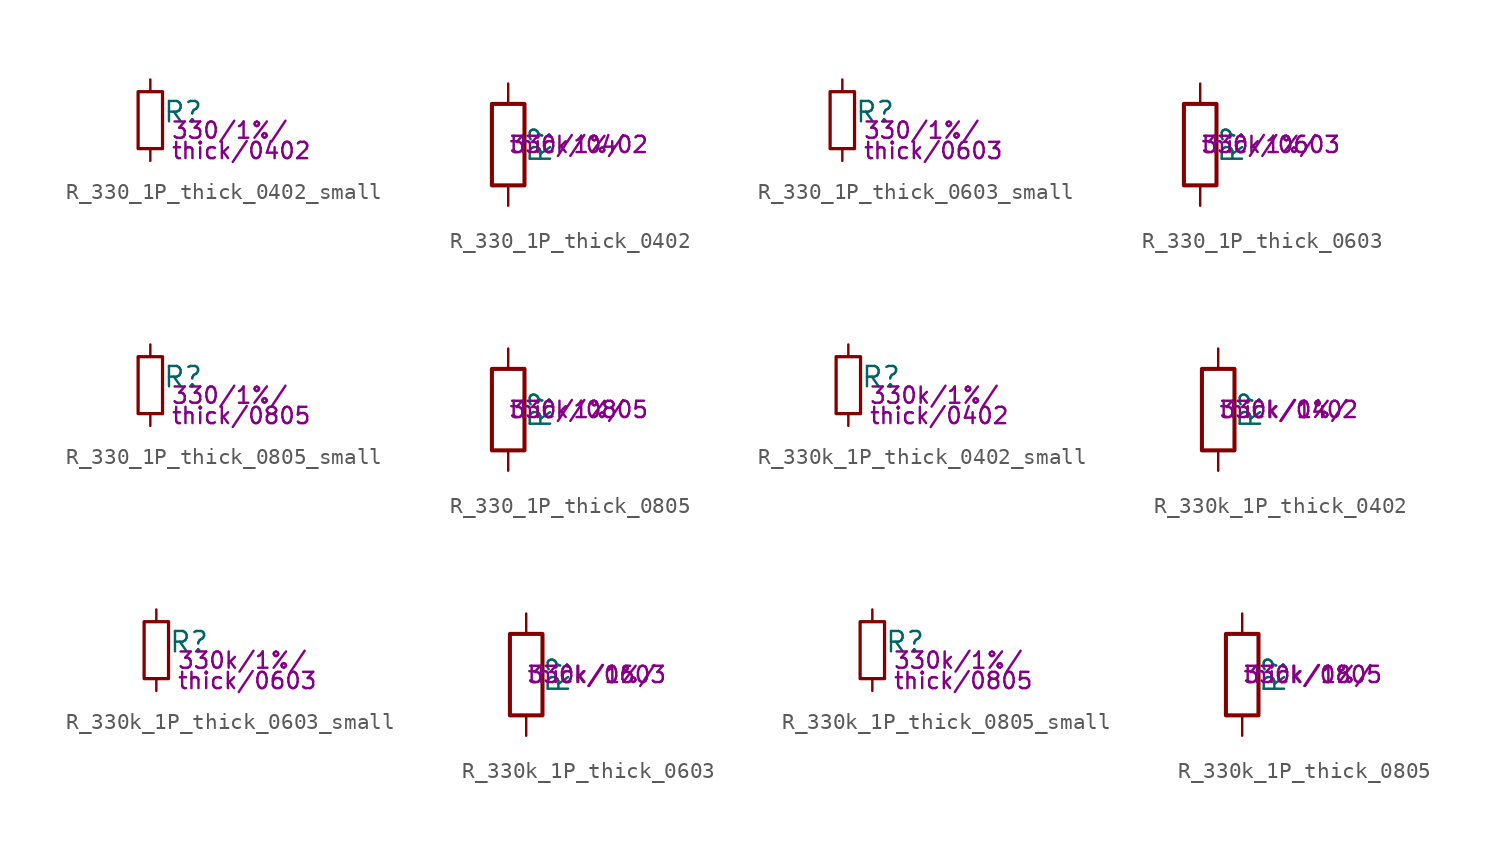
<source format=kicad_sym>
(kicad_symbol_lib
  (version 20211014)
  (generator kicad_symbol_editor)
  (symbol "R_330_1P_thick_0402_small"
    (pin_numbers hide)
    (pin_names
      (offset 0.254) hide)
    (property "Reference" "R"
      (at 0.762 0.508 0)
      (effects (font (size 1.27 1.27)) (justify left)))
    (property "Params" "330/1%/"
      (at 1.27 -0.635 0)
      (effects (font (size 1.016 1.016)) (justify left)))
    (property "Params2" "thick/0402"
      (at 1.27 -1.905 0)
      (effects (font (size 1.016 1.016)) (justify left)))
    (symbol "R_330_1P_thick_0402_small_0_1"
      (rectangle (start -0.762 1.778) (end 0.762 -1.778) (stroke (width 0.203) (type default) (color 0 0 0 0)) (fill (type none))))
    (symbol "R_330_1P_thick_0402_small_1_1"
      (pin passive line (at 0 2.54 270) (length 0.762) (name "~" (effects (font (size 1.27 1.27)))) (number "1" (effects (font (size 1.27 1.27)))))
      (pin passive line (at 0 -2.54 90) (length 0.762) (name "~" (effects (font (size 1.27 1.27)))) (number "2" (effects (font (size 1.27 1.27)))))))
  (symbol "R_330_1P_thick_0402"
    (pin_numbers hide)
    (pin_names
      (offset 0))
    (property "Reference" "R"
      (at 2.032 0 90)
      (effects (font (size 1.27 1.27))))
    (property "Params" "330/1%/"
      (at 0 0 0)
      (effects (font (size 1.016 1.016)) (justify left)))
    (property "Params2" "thick/0402"
      (at 0 0 0)
      (effects (font (size 1.016 1.016)) (justify left)))
    (symbol "R_330_1P_thick_0402_0_1"
      (rectangle (start -1.016 -2.54) (end 1.016 2.54) (stroke (width 0.254) (type default) (color 0 0 0 0)) (fill (type none))))
    (symbol "R_330_1P_thick_0402_1_1"
      (pin passive line (at 0 3.81 270) (length 1.27) (name "~" (effects (font (size 1.27 1.27)))) (number "1" (effects (font (size 1.27 1.27)))))
      (pin passive line (at 0 -3.81 90) (length 1.27) (name "~" (effects (font (size 1.27 1.27)))) (number "2" (effects (font (size 1.27 1.27)))))))
  (symbol "R_330_1P_thick_0603_small"
    (pin_numbers hide)
    (pin_names
      (offset 0.254) hide)
    (property "Reference" "R"
      (at 0.762 0.508 0)
      (effects (font (size 1.27 1.27)) (justify left)))
    (property "Params" "330/1%/"
      (at 1.27 -0.635 0)
      (effects (font (size 1.016 1.016)) (justify left)))
    (property "Params2" "thick/0603"
      (at 1.27 -1.905 0)
      (effects (font (size 1.016 1.016)) (justify left)))
    (symbol "R_330_1P_thick_0603_small_0_1"
      (rectangle (start -0.762 1.778) (end 0.762 -1.778) (stroke (width 0.203) (type default) (color 0 0 0 0)) (fill (type none))))
    (symbol "R_330_1P_thick_0603_small_1_1"
      (pin passive line (at 0 2.54 270) (length 0.762) (name "~" (effects (font (size 1.27 1.27)))) (number "1" (effects (font (size 1.27 1.27)))))
      (pin passive line (at 0 -2.54 90) (length 0.762) (name "~" (effects (font (size 1.27 1.27)))) (number "2" (effects (font (size 1.27 1.27)))))))
  (symbol "R_330_1P_thick_0603"
    (pin_numbers hide)
    (pin_names
      (offset 0))
    (property "Reference" "R"
      (at 2.032 0 90)
      (effects (font (size 1.27 1.27))))
    (property "Params" "330/1%/"
      (at 0 0 0)
      (effects (font (size 1.016 1.016)) (justify left)))
    (property "Params2" "thick/0603"
      (at 0 0 0)
      (effects (font (size 1.016 1.016)) (justify left)))
    (symbol "R_330_1P_thick_0603_0_1"
      (rectangle (start -1.016 -2.54) (end 1.016 2.54) (stroke (width 0.254) (type default) (color 0 0 0 0)) (fill (type none))))
    (symbol "R_330_1P_thick_0603_1_1"
      (pin passive line (at 0 3.81 270) (length 1.27) (name "~" (effects (font (size 1.27 1.27)))) (number "1" (effects (font (size 1.27 1.27)))))
      (pin passive line (at 0 -3.81 90) (length 1.27) (name "~" (effects (font (size 1.27 1.27)))) (number "2" (effects (font (size 1.27 1.27)))))))
  (symbol "R_330_1P_thick_0805_small"
    (pin_numbers hide)
    (pin_names
      (offset 0.254) hide)
    (property "Reference" "R"
      (at 0.762 0.508 0)
      (effects (font (size 1.27 1.27)) (justify left)))
    (property "Params" "330/1%/"
      (at 1.27 -0.635 0)
      (effects (font (size 1.016 1.016)) (justify left)))
    (property "Params2" "thick/0805"
      (at 1.27 -1.905 0)
      (effects (font (size 1.016 1.016)) (justify left)))
    (symbol "R_330_1P_thick_0805_small_0_1"
      (rectangle (start -0.762 1.778) (end 0.762 -1.778) (stroke (width 0.203) (type default) (color 0 0 0 0)) (fill (type none))))
    (symbol "R_330_1P_thick_0805_small_1_1"
      (pin passive line (at 0 2.54 270) (length 0.762) (name "~" (effects (font (size 1.27 1.27)))) (number "1" (effects (font (size 1.27 1.27)))))
      (pin passive line (at 0 -2.54 90) (length 0.762) (name "~" (effects (font (size 1.27 1.27)))) (number "2" (effects (font (size 1.27 1.27)))))))
  (symbol "R_330_1P_thick_0805"
    (pin_numbers hide)
    (pin_names
      (offset 0))
    (property "Reference" "R"
      (at 2.032 0 90)
      (effects (font (size 1.27 1.27))))
    (property "Params" "330/1%/"
      (at 0 0 0)
      (effects (font (size 1.016 1.016)) (justify left)))
    (property "Params2" "thick/0805"
      (at 0 0 0)
      (effects (font (size 1.016 1.016)) (justify left)))
    (symbol "R_330_1P_thick_0805_0_1"
      (rectangle (start -1.016 -2.54) (end 1.016 2.54) (stroke (width 0.254) (type default) (color 0 0 0 0)) (fill (type none))))
    (symbol "R_330_1P_thick_0805_1_1"
      (pin passive line (at 0 3.81 270) (length 1.27) (name "~" (effects (font (size 1.27 1.27)))) (number "1" (effects (font (size 1.27 1.27)))))
      (pin passive line (at 0 -3.81 90) (length 1.27) (name "~" (effects (font (size 1.27 1.27)))) (number "2" (effects (font (size 1.27 1.27)))))))
  (symbol "R_330k_1P_thick_0402_small"
    (pin_numbers hide)
    (pin_names
      (offset 0.254) hide)
    (property "Reference" "R"
      (at 0.762 0.508 0)
      (effects (font (size 1.27 1.27)) (justify left)))
    (property "Params" "330k/1%/"
      (at 1.27 -0.635 0)
      (effects (font (size 1.016 1.016)) (justify left)))
    (property "Params2" "thick/0402"
      (at 1.27 -1.905 0)
      (effects (font (size 1.016 1.016)) (justify left)))
    (symbol "R_330k_1P_thick_0402_small_0_1"
      (rectangle (start -0.762 1.778) (end 0.762 -1.778) (stroke (width 0.203) (type default) (color 0 0 0 0)) (fill (type none))))
    (symbol "R_330k_1P_thick_0402_small_1_1"
      (pin passive line (at 0 2.54 270) (length 0.762) (name "~" (effects (font (size 1.27 1.27)))) (number "1" (effects (font (size 1.27 1.27)))))
      (pin passive line (at 0 -2.54 90) (length 0.762) (name "~" (effects (font (size 1.27 1.27)))) (number "2" (effects (font (size 1.27 1.27)))))))
  (symbol "R_330k_1P_thick_0402"
    (pin_numbers hide)
    (pin_names
      (offset 0))
    (property "Reference" "R"
      (at 2.032 0 90)
      (effects (font (size 1.27 1.27))))
    (property "Params" "330k/1%/"
      (at 0 0 0)
      (effects (font (size 1.016 1.016)) (justify left)))
    (property "Params2" "thick/0402"
      (at 0 0 0)
      (effects (font (size 1.016 1.016)) (justify left)))
    (symbol "R_330k_1P_thick_0402_0_1"
      (rectangle (start -1.016 -2.54) (end 1.016 2.54) (stroke (width 0.254) (type default) (color 0 0 0 0)) (fill (type none))))
    (symbol "R_330k_1P_thick_0402_1_1"
      (pin passive line (at 0 3.81 270) (length 1.27) (name "~" (effects (font (size 1.27 1.27)))) (number "1" (effects (font (size 1.27 1.27)))))
      (pin passive line (at 0 -3.81 90) (length 1.27) (name "~" (effects (font (size 1.27 1.27)))) (number "2" (effects (font (size 1.27 1.27)))))))
  (symbol "R_330k_1P_thick_0603_small"
    (pin_numbers hide)
    (pin_names
      (offset 0.254) hide)
    (property "Reference" "R"
      (at 0.762 0.508 0)
      (effects (font (size 1.27 1.27)) (justify left)))
    (property "Params" "330k/1%/"
      (at 1.27 -0.635 0)
      (effects (font (size 1.016 1.016)) (justify left)))
    (property "Params2" "thick/0603"
      (at 1.27 -1.905 0)
      (effects (font (size 1.016 1.016)) (justify left)))
    (symbol "R_330k_1P_thick_0603_small_0_1"
      (rectangle (start -0.762 1.778) (end 0.762 -1.778) (stroke (width 0.203) (type default) (color 0 0 0 0)) (fill (type none))))
    (symbol "R_330k_1P_thick_0603_small_1_1"
      (pin passive line (at 0 2.54 270) (length 0.762) (name "~" (effects (font (size 1.27 1.27)))) (number "1" (effects (font (size 1.27 1.27)))))
      (pin passive line (at 0 -2.54 90) (length 0.762) (name "~" (effects (font (size 1.27 1.27)))) (number "2" (effects (font (size 1.27 1.27)))))))
  (symbol "R_330k_1P_thick_0603"
    (pin_numbers hide)
    (pin_names
      (offset 0))
    (property "Reference" "R"
      (at 2.032 0 90)
      (effects (font (size 1.27 1.27))))
    (property "Params" "330k/1%/"
      (at 0 0 0)
      (effects (font (size 1.016 1.016)) (justify left)))
    (property "Params2" "thick/0603"
      (at 0 0 0)
      (effects (font (size 1.016 1.016)) (justify left)))
    (symbol "R_330k_1P_thick_0603_0_1"
      (rectangle (start -1.016 -2.54) (end 1.016 2.54) (stroke (width 0.254) (type default) (color 0 0 0 0)) (fill (type none))))
    (symbol "R_330k_1P_thick_0603_1_1"
      (pin passive line (at 0 3.81 270) (length 1.27) (name "~" (effects (font (size 1.27 1.27)))) (number "1" (effects (font (size 1.27 1.27)))))
      (pin passive line (at 0 -3.81 90) (length 1.27) (name "~" (effects (font (size 1.27 1.27)))) (number "2" (effects (font (size 1.27 1.27)))))))
  (symbol "R_330k_1P_thick_0805_small"
    (pin_numbers hide)
    (pin_names
      (offset 0.254) hide)
    (property "Reference" "R"
      (at 0.762 0.508 0)
      (effects (font (size 1.27 1.27)) (justify left)))
    (property "Params" "330k/1%/"
      (at 1.27 -0.635 0)
      (effects (font (size 1.016 1.016)) (justify left)))
    (property "Params2" "thick/0805"
      (at 1.27 -1.905 0)
      (effects (font (size 1.016 1.016)) (justify left)))
    (symbol "R_330k_1P_thick_0805_small_0_1"
      (rectangle (start -0.762 1.778) (end 0.762 -1.778) (stroke (width 0.203) (type default) (color 0 0 0 0)) (fill (type none))))
    (symbol "R_330k_1P_thick_0805_small_1_1"
      (pin passive line (at 0 2.54 270) (length 0.762) (name "~" (effects (font (size 1.27 1.27)))) (number "1" (effects (font (size 1.27 1.27)))))
      (pin passive line (at 0 -2.54 90) (length 0.762) (name "~" (effects (font (size 1.27 1.27)))) (number "2" (effects (font (size 1.27 1.27)))))))
  (symbol "R_330k_1P_thick_0805"
    (pin_numbers hide)
    (pin_names
      (offset 0))
    (property "Reference" "R"
      (at 2.032 0 90)
      (effects (font (size 1.27 1.27))))
    (property "Params" "330k/1%/"
      (at 0 0 0)
      (effects (font (size 1.016 1.016)) (justify left)))
    (property "Params2" "thick/0805"
      (at 0 0 0)
      (effects (font (size 1.016 1.016)) (justify left)))
    (symbol "R_330k_1P_thick_0805_0_1"
      (rectangle (start -1.016 -2.54) (end 1.016 2.54) (stroke (width 0.254) (type default) (color 0 0 0 0)) (fill (type none))))
    (symbol "R_330k_1P_thick_0805_1_1"
      (pin passive line (at 0 3.81 270) (length 1.27) (name "~" (effects (font (size 1.27 1.27)))) (number "1" (effects (font (size 1.27 1.27)))))
      (pin passive line (at 0 -3.81 90) (length 1.27) (name "~" (effects (font (size 1.27 1.27)))) (number "2" (effects (font (size 1.27 1.27))))))))
</source>
